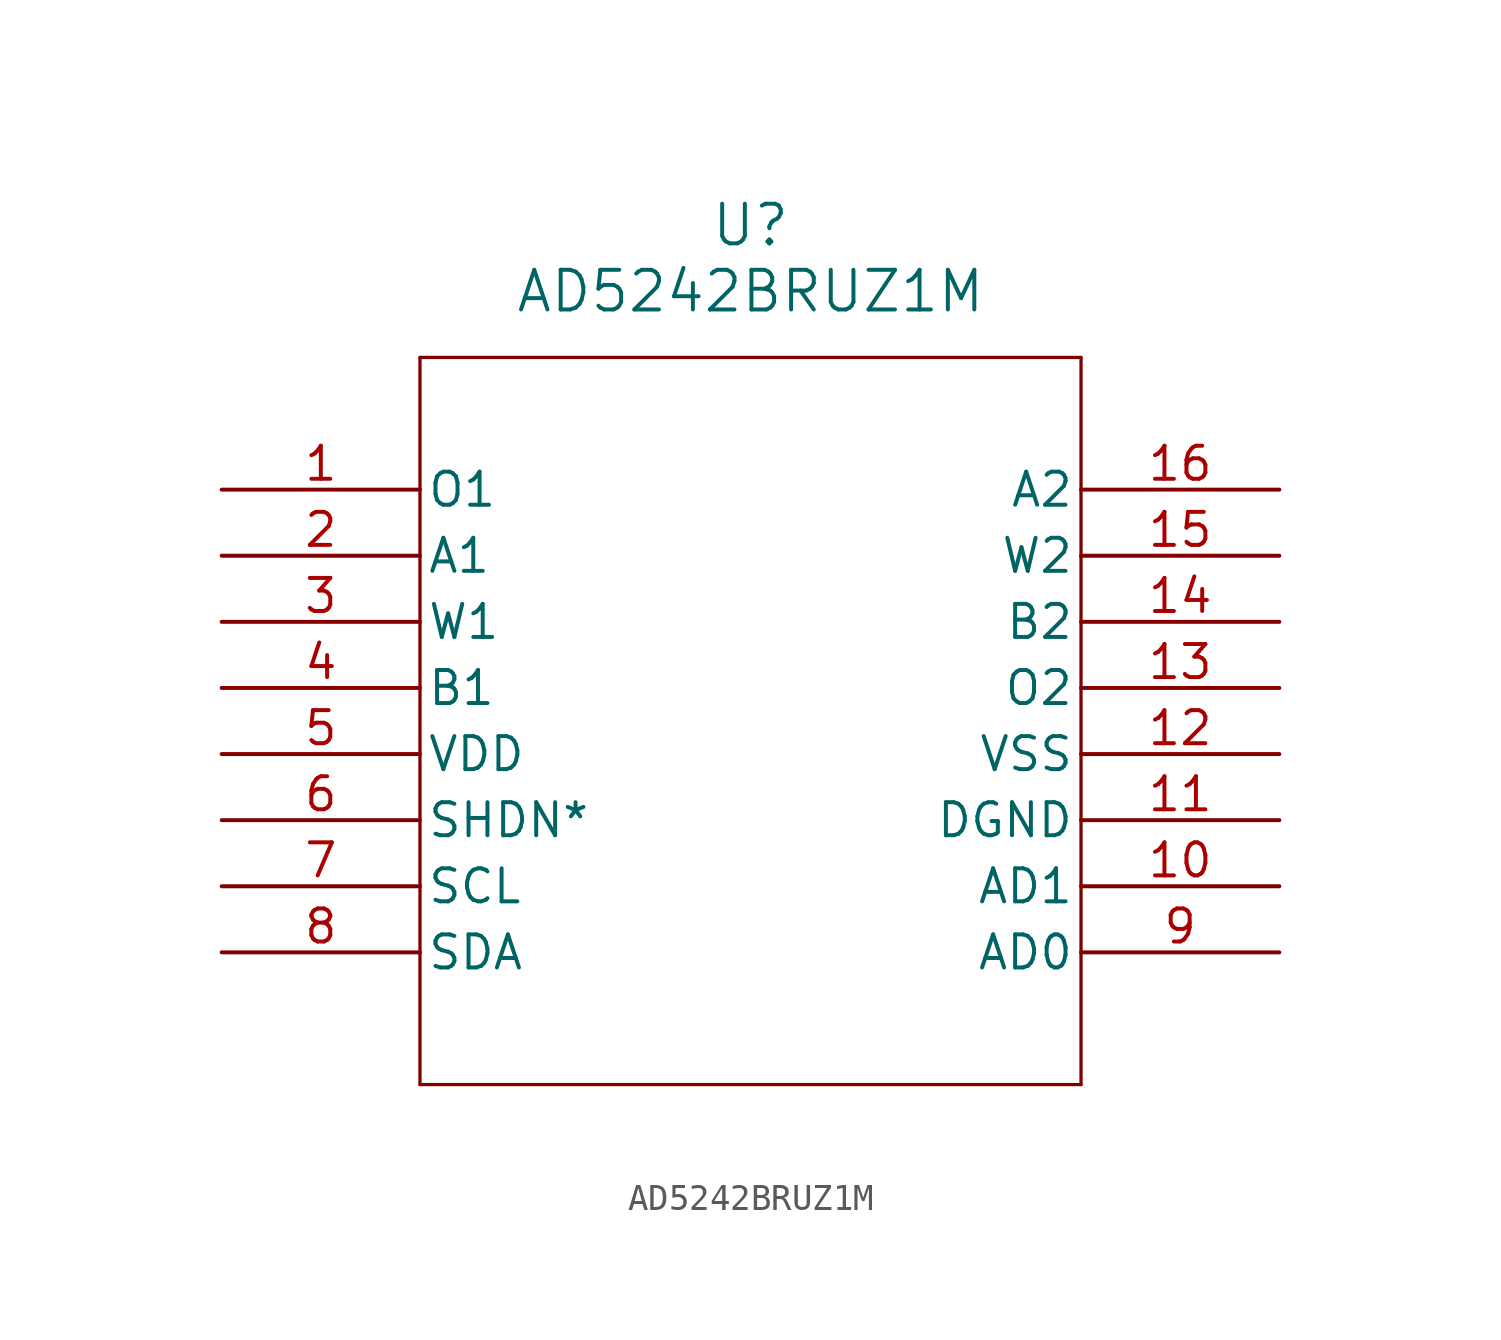
<source format=kicad_sym>
(kicad_symbol_lib
  (version 20211014)
  (generator kicad_symbol_editor)
  (symbol "AD5242BRUZ1M"
    (pin_names
      (offset 0.254))
    (property "Reference" "U"
      (at 20.32 10.16 0)
      (effects (font (size 1.524 1.524))))
    (property "Value" "AD5242BRUZ1M"
      (at 20.32 7.62 0)
      (effects (font (size 1.524 1.524))))
    (symbol "AD5242BRUZ1M_0_1"
      (polyline (pts (xy 7.62 5.08) (xy 7.62 -22.86)) (stroke (width 0.127) (type default) (color 0 0 0 0)) (fill (type none)))
      (polyline (pts (xy 7.62 -22.86) (xy 33.02 -22.86)) (stroke (width 0.127) (type default) (color 0 0 0 0)) (fill (type none)))
      (polyline (pts (xy 33.02 -22.86) (xy 33.02 5.08)) (stroke (width 0.127) (type default) (color 0 0 0 0)) (fill (type none)))
      (polyline (pts (xy 33.02 5.08) (xy 7.62 5.08)) (stroke (width 0.127) (type default) (color 0 0 0 0)) (fill (type none)))
      (pin unspecified line (at 0 0 0) (length 7.62) (name "O1" (effects (font (size 1.27 1.27)))) (number "1" (effects (font (size 1.27 1.27)))))
      (pin unspecified line (at 0 -2.54 0) (length 7.62) (name "A1" (effects (font (size 1.27 1.27)))) (number "2" (effects (font (size 1.27 1.27)))))
      (pin unspecified line (at 0 -5.08 0) (length 7.62) (name "W1" (effects (font (size 1.27 1.27)))) (number "3" (effects (font (size 1.27 1.27)))))
      (pin unspecified line (at 0 -7.62 0) (length 7.62) (name "B1" (effects (font (size 1.27 1.27)))) (number "4" (effects (font (size 1.27 1.27)))))
      (pin power_in line (at 0 -10.16 0) (length 7.62) (name "VDD" (effects (font (size 1.27 1.27)))) (number "5" (effects (font (size 1.27 1.27)))))
      (pin unspecified line (at 0 -12.7 0) (length 7.62) (name "SHDN*" (effects (font (size 1.27 1.27)))) (number "6" (effects (font (size 1.27 1.27)))))
      (pin unspecified line (at 0 -15.24 0) (length 7.62) (name "SCL" (effects (font (size 1.27 1.27)))) (number "7" (effects (font (size 1.27 1.27)))))
      (pin unspecified line (at 0 -17.78 0) (length 7.62) (name "SDA" (effects (font (size 1.27 1.27)))) (number "8" (effects (font (size 1.27 1.27)))))
      (pin unspecified line (at 40.64 -17.78 180) (length 7.62) (name "AD0" (effects (font (size 1.27 1.27)))) (number "9" (effects (font (size 1.27 1.27)))))
      (pin unspecified line (at 40.64 -15.24 180) (length 7.62) (name "AD1" (effects (font (size 1.27 1.27)))) (number "10" (effects (font (size 1.27 1.27)))))
      (pin unspecified line (at 40.64 -12.7 180) (length 7.62) (name "DGND" (effects (font (size 1.27 1.27)))) (number "11" (effects (font (size 1.27 1.27)))))
      (pin power_in line (at 40.64 -10.16 180) (length 7.62) (name "VSS" (effects (font (size 1.27 1.27)))) (number "12" (effects (font (size 1.27 1.27)))))
      (pin unspecified line (at 40.64 -7.62 180) (length 7.62) (name "O2" (effects (font (size 1.27 1.27)))) (number "13" (effects (font (size 1.27 1.27)))))
      (pin unspecified line (at 40.64 -5.08 180) (length 7.62) (name "B2" (effects (font (size 1.27 1.27)))) (number "14" (effects (font (size 1.27 1.27)))))
      (pin unspecified line (at 40.64 -2.54 180) (length 7.62) (name "W2" (effects (font (size 1.27 1.27)))) (number "15" (effects (font (size 1.27 1.27)))))
      (pin unspecified line (at 40.64 0 180) (length 7.62) (name "A2" (effects (font (size 1.27 1.27)))) (number "16" (effects (font (size 1.27 1.27))))))))
</source>
